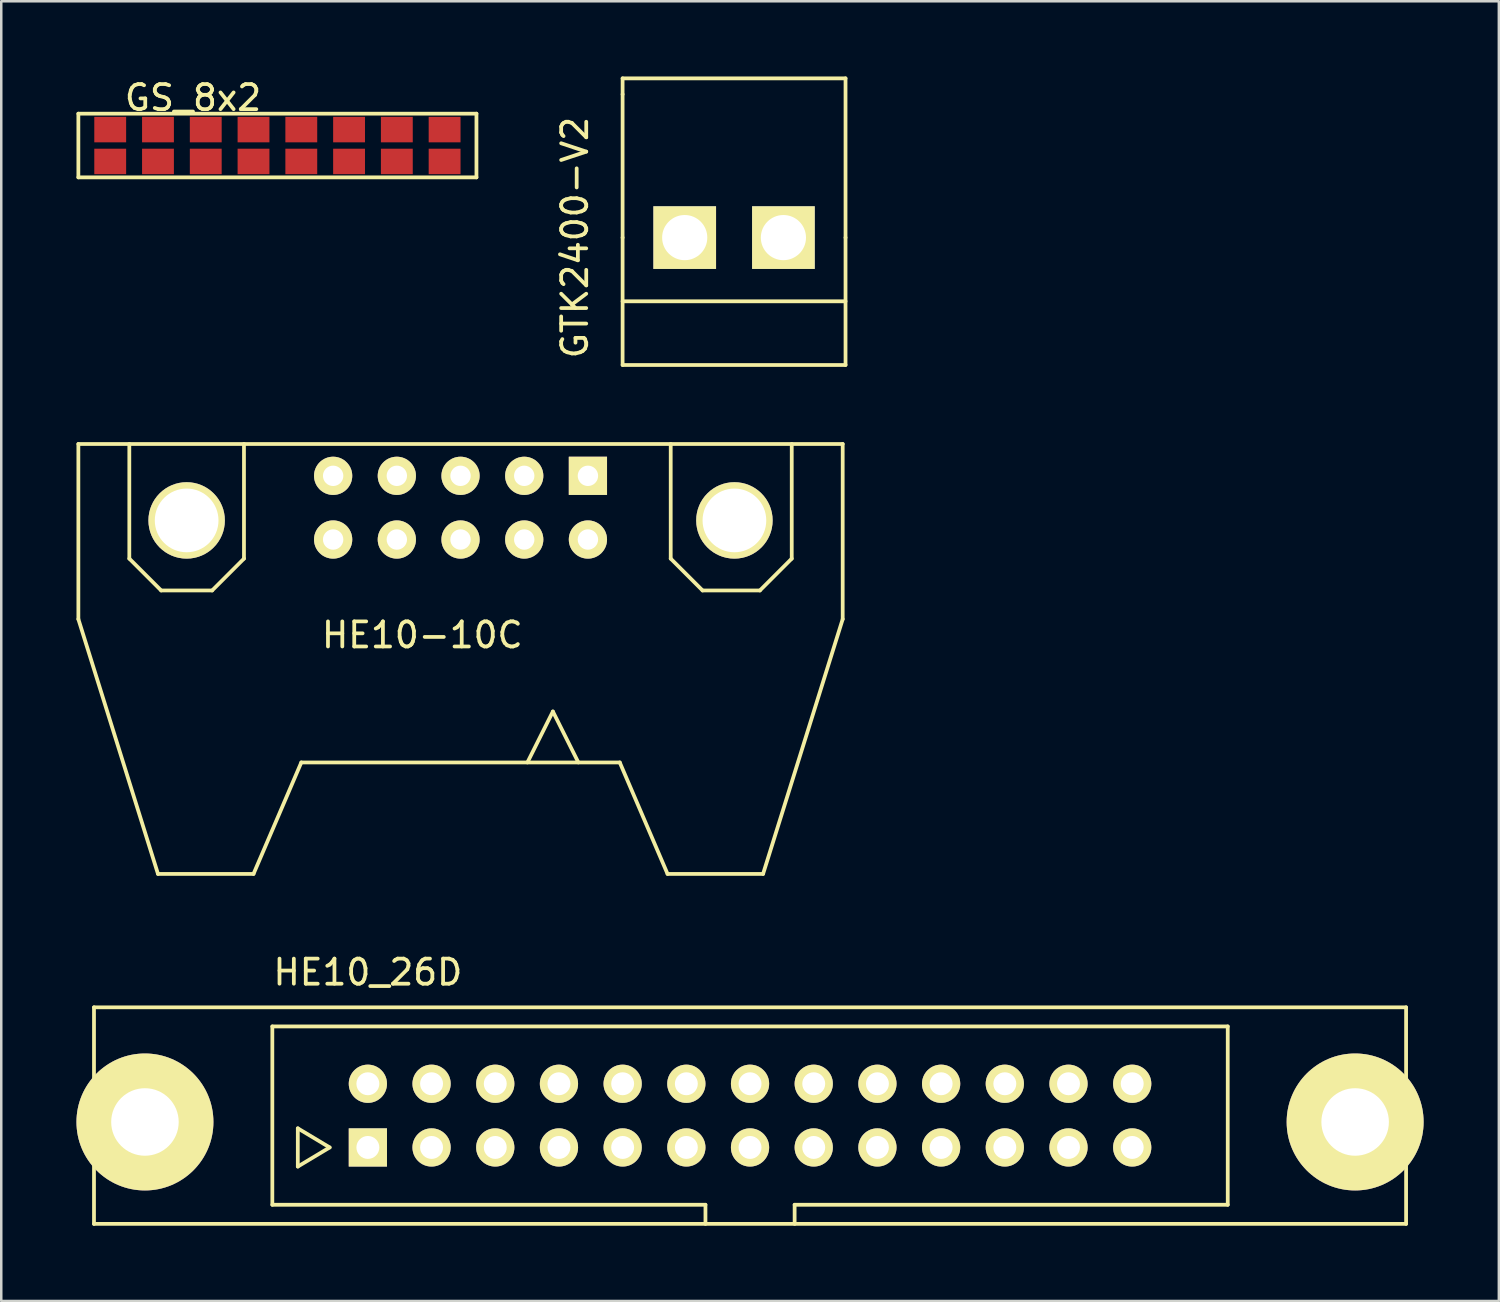
<source format=kicad_pcb>
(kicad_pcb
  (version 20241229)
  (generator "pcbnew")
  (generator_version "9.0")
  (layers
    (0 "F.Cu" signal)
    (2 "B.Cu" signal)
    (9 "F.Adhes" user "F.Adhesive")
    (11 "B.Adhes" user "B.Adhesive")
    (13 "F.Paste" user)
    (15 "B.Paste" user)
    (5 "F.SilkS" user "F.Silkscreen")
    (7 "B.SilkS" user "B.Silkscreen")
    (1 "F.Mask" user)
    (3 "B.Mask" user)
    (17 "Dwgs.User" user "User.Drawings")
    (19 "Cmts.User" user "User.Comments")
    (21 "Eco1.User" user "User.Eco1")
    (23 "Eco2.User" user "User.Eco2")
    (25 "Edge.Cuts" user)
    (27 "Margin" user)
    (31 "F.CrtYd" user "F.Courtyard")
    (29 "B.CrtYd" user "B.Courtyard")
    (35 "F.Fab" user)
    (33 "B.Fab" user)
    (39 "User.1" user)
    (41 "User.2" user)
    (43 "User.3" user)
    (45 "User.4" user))
  (footprint "HE10_26D"
    (layer "F.Cu")
    (at 26.86 41.438)
    (property "Reference" "HE10_26D" (at -15.24 -5.715 0) (layer "F.SilkS") (effects (font (size 1 1) (thickness 0.15))))
    (attr through_hole)
    (fp_line (start -26.162 -4.318) (end -26.162 4.318) (stroke (width 0.15) (type solid)) (layer "F.SilkS"))
    (fp_line (start -26.162 4.318) (end 26.162 4.318) (stroke (width 0.15) (type solid)) (layer "F.SilkS"))
    (fp_line (start -19.05 -3.556) (end 19.05 -3.556) (stroke (width 0.15) (type solid)) (layer "F.SilkS"))
    (fp_line (start -19.05 3.556) (end -19.05 -3.556) (stroke (width 0.15) (type solid)) (layer "F.SilkS"))
    (fp_line (start -18.034 0.508) (end -18.034 2.032) (stroke (width 0.15) (type solid)) (layer "F.SilkS"))
    (fp_line (start -18.034 2.032) (end -16.764 1.27) (stroke (width 0.15) (type solid)) (layer "F.SilkS"))
    (fp_line (start -16.764 1.27) (end -18.034 0.508) (stroke (width 0.15) (type solid)) (layer "F.SilkS"))
    (fp_line (start -1.778 3.556) (end -19.05 3.556) (stroke (width 0.15) (type solid)) (layer "F.SilkS"))
    (fp_line (start -1.778 4.318) (end -1.778 3.556) (stroke (width 0.15) (type solid)) (layer "F.SilkS"))
    (fp_line (start 1.778 3.556) (end 1.778 4.318) (stroke (width 0.15) (type solid)) (layer "F.SilkS"))
    (fp_line (start 19.05 -3.556) (end 19.05 3.556) (stroke (width 0.15) (type solid)) (layer "F.SilkS"))
    (fp_line (start 19.05 3.556) (end 1.778 3.556) (stroke (width 0.15) (type solid)) (layer "F.SilkS"))
    (fp_line (start 26.162 -4.318) (end -26.162 -4.318) (stroke (width 0.15) (type solid)) (layer "F.SilkS"))
    (fp_line (start 26.162 4.318) (end 26.162 -4.318) (stroke (width 0.15) (type solid)) (layer "F.SilkS"))
    (pad "" thru_hole circle (at -24.13 0.254) (size 5.461 5.461) (drill 2.692) (layers "*.Cu" "*.Mask" "F.SilkS"))
    (pad "" thru_hole circle (at 24.13 0.254) (size 5.461 5.461) (drill 2.692) (layers "*.Cu" "*.Mask" "F.SilkS"))
    (pad "1" thru_hole rect (at -15.24 1.27) (size 1.524 1.524) (drill 0.914) (layers "*.Cu" "*.Mask" "F.SilkS"))
    (pad "2" thru_hole circle (at -15.24 -1.27) (size 1.524 1.524) (drill 0.914) (layers "*.Cu" "*.Mask" "F.SilkS"))
    (pad "3" thru_hole circle (at -12.7 1.27) (size 1.524 1.524) (drill 0.914) (layers "*.Cu" "*.Mask" "F.SilkS"))
    (pad "4" thru_hole circle (at -12.7 -1.27) (size 1.524 1.524) (drill 0.914) (layers "*.Cu" "*.Mask" "F.SilkS"))
    (pad "5" thru_hole circle (at -10.16 1.27) (size 1.524 1.524) (drill 0.914) (layers "*.Cu" "*.Mask" "F.SilkS"))
    (pad "6" thru_hole circle (at -10.16 -1.27) (size 1.524 1.524) (drill 0.914) (layers "*.Cu" "*.Mask" "F.SilkS"))
    (pad "7" thru_hole circle (at -7.62 1.27) (size 1.524 1.524) (drill 0.914) (layers "*.Cu" "*.Mask" "F.SilkS"))
    (pad "8" thru_hole circle (at -7.62 -1.27) (size 1.524 1.524) (drill 0.914) (layers "*.Cu" "*.Mask" "F.SilkS"))
    (pad "9" thru_hole circle (at -5.08 1.27) (size 1.524 1.524) (drill 0.914) (layers "*.Cu" "*.Mask" "F.SilkS"))
    (pad "10" thru_hole circle (at -5.08 -1.27) (size 1.524 1.524) (drill 0.914) (layers "*.Cu" "*.Mask" "F.SilkS"))
    (pad "11" thru_hole circle (at -2.54 1.27) (size 1.524 1.524) (drill 0.914) (layers "*.Cu" "*.Mask" "F.SilkS"))
    (pad "12" thru_hole circle (at -2.54 -1.27) (size 1.524 1.524) (drill 0.914) (layers "*.Cu" "*.Mask" "F.SilkS"))
    (pad "13" thru_hole circle (at 0 1.27) (size 1.524 1.524) (drill 0.914) (layers "*.Cu" "*.Mask" "F.SilkS"))
    (pad "14" thru_hole circle (at 0 -1.27) (size 1.524 1.524) (drill 0.914) (layers "*.Cu" "*.Mask" "F.SilkS"))
    (pad "15" thru_hole circle (at 2.54 1.27) (size 1.524 1.524) (drill 0.914) (layers "*.Cu" "*.Mask" "F.SilkS"))
    (pad "16" thru_hole circle (at 2.54 -1.27) (size 1.524 1.524) (drill 0.914) (layers "*.Cu" "*.Mask" "F.SilkS"))
    (pad "17" thru_hole circle (at 5.08 1.27) (size 1.524 1.524) (drill 0.914) (layers "*.Cu" "*.Mask" "F.SilkS"))
    (pad "18" thru_hole circle (at 5.08 -1.27) (size 1.524 1.524) (drill 0.914) (layers "*.Cu" "*.Mask" "F.SilkS"))
    (pad "19" thru_hole circle (at 7.62 1.27) (size 1.524 1.524) (drill 0.914) (layers "*.Cu" "*.Mask" "F.SilkS"))
    (pad "20" thru_hole circle (at 7.62 -1.27) (size 1.524 1.524) (drill 0.914) (layers "*.Cu" "*.Mask" "F.SilkS"))
    (pad "21" thru_hole circle (at 10.16 1.27) (size 1.524 1.524) (drill 0.914) (layers "*.Cu" "*.Mask" "F.SilkS"))
    (pad "22" thru_hole circle (at 10.16 -1.27) (size 1.524 1.524) (drill 0.914) (layers "*.Cu" "*.Mask" "F.SilkS"))
    (pad "23" thru_hole circle (at 12.7 1.27) (size 1.524 1.524) (drill 0.914) (layers "*.Cu" "*.Mask" "F.SilkS"))
    (pad "24" thru_hole circle (at 12.7 -1.27) (size 1.524 1.524) (drill 0.914) (layers "*.Cu" "*.Mask" "F.SilkS"))
    (pad "25" thru_hole circle (at 15.24 1.27) (size 1.524 1.524) (drill 0.914) (layers "*.Cu" "*.Mask" "F.SilkS"))
    (pad "26" thru_hole circle (at 15.24 -1.27) (size 1.524 1.524) (drill 0.914) (layers "*.Cu" "*.Mask" "F.SilkS")))
  (footprint "GS_8x2"
    (layer "F.Cu")
    (at 7.695 2.753)
    (property "Reference" "GS_8x2" (at -3.048 -1.905 0) (layer "F.SilkS") (effects (font (size 1 1) (thickness 0.15))))
    (attr through_hole)
    (fp_line (start -7.62 -1.27) (end 8.255 -1.27) (stroke (width 0.15) (type solid)) (layer "F.SilkS"))
    (fp_line (start -7.62 1.27) (end -7.62 -1.27) (stroke (width 0.15) (type solid)) (layer "F.SilkS"))
    (fp_line (start 8.255 -1.27) (end 8.255 1.27) (stroke (width 0.15) (type solid)) (layer "F.SilkS"))
    (fp_line (start 8.255 1.27) (end -7.62 1.27) (stroke (width 0.15) (type solid)) (layer "F.SilkS"))
    (pad "1" smd rect (at -6.35 0.635) (size 1.27 1.016) (layers "F.Cu" "F.Mask" "F.Paste"))
    (pad "2" smd rect (at -6.35 -0.635) (size 1.27 1.016) (layers "F.Cu" "F.Mask" "F.Paste"))
    (pad "3" smd rect (at -4.445 0.635) (size 1.27 1.016) (layers "F.Cu" "F.Mask" "F.Paste"))
    (pad "4" smd rect (at -4.445 -0.635) (size 1.27 1.016) (layers "F.Cu" "F.Mask" "F.Paste"))
    (pad "5" smd rect (at -2.54 0.635) (size 1.27 1.016) (layers "F.Cu" "F.Mask" "F.Paste"))
    (pad "6" smd rect (at -2.54 -0.635) (size 1.27 1.016) (layers "F.Cu" "F.Mask" "F.Paste"))
    (pad "7" smd rect (at -0.635 0.635) (size 1.27 1.016) (layers "F.Cu" "F.Mask" "F.Paste"))
    (pad "8" smd rect (at -0.635 -0.635) (size 1.27 1.016) (layers "F.Cu" "F.Mask" "F.Paste"))
    (pad "9" smd rect (at 1.27 0.635) (size 1.27 1.016) (layers "F.Cu" "F.Mask" "F.Paste"))
    (pad "10" smd rect (at 1.27 -0.635) (size 1.27 1.016) (layers "F.Cu" "F.Mask" "F.Paste"))
    (pad "11" smd rect (at 3.175 0.635) (size 1.27 1.016) (layers "F.Cu" "F.Mask" "F.Paste"))
    (pad "12" smd rect (at 3.175 -0.635) (size 1.27 1.016) (layers "F.Cu" "F.Mask" "F.Paste"))
    (pad "13" smd rect (at 5.08 0.635) (size 1.27 1.016) (layers "F.Cu" "F.Mask" "F.Paste"))
    (pad "14" smd rect (at 5.08 -0.635) (size 1.27 1.016) (layers "F.Cu" "F.Mask" "F.Paste"))
    (pad "15" smd rect (at 6.985 0.635) (size 1.27 1.016) (layers "F.Cu" "F.Mask" "F.Paste"))
    (pad "16" smd rect (at 6.985 -0.635) (size 1.27 1.016) (layers "F.Cu" "F.Mask" "F.Paste")))
  (footprint "GTK2400-V2"
    (layer "F.Cu")
    (at 26.223 6.425)
    (property "Reference" "GTK2400-V2" (at -6.35 0 90) (layer "F.SilkS") (effects (font (size 1 1) (thickness 0.15))))
    (attr through_hole)
    (fp_line (start -4.445 -6.35) (end 4.445 -6.35) (stroke (width 0.15) (type solid)) (layer "F.SilkS"))
    (fp_line (start -4.445 -5.715) (end -4.445 -6.35) (stroke (width 0.15) (type solid)) (layer "F.SilkS"))
    (fp_line (start -4.445 0) (end -4.445 -5.715) (stroke (width 0.15) (type solid)) (layer "F.SilkS"))
    (fp_line (start -4.445 2.54) (end 4.445 2.54) (stroke (width 0.15) (type solid)) (layer "F.SilkS"))
    (fp_line (start -4.445 5.08) (end -4.445 0) (stroke (width 0.15) (type solid)) (layer "F.SilkS"))
    (fp_line (start 4.445 -6.35) (end 4.445 0) (stroke (width 0.15) (type solid)) (layer "F.SilkS"))
    (fp_line (start 4.445 0) (end 4.445 5.08) (stroke (width 0.15) (type solid)) (layer "F.SilkS"))
    (fp_line (start 4.445 5.08) (end -4.445 5.08) (stroke (width 0.15) (type solid)) (layer "F.SilkS"))
    (pad "1" thru_hole rect (at -1.968 0) (size 2.499 2.499) (drill 1.801) (layers "*.Cu" "*.Mask" "F.SilkS"))
    (pad "2" thru_hole rect (at 1.968 0) (size 2.499 2.499) (drill 1.801) (layers "*.Cu" "*.Mask" "F.SilkS")))
  (footprint "HE10-10C"
    (layer "F.Cu")
    (at 15.315 17.195)
    (property "Reference" "HE10-10C" (at -1.524 5.08 180) (layer "F.SilkS") (effects (font (size 1 1) (thickness 0.15))))
    (attr through_hole)
    (fp_line (start -15.24 -2.54) (end -15.24 4.445) (stroke (width 0.15) (type solid)) (layer "F.SilkS"))
    (fp_line (start -15.24 4.445) (end -12.065 14.605) (stroke (width 0.15) (type solid)) (layer "F.SilkS"))
    (fp_line (start -13.208 2.032) (end -13.208 -2.54) (stroke (width 0.15) (type solid)) (layer "F.SilkS"))
    (fp_line (start -12.065 14.605) (end -8.255 14.605) (stroke (width 0.15) (type solid)) (layer "F.SilkS"))
    (fp_line (start -11.938 3.302) (end -13.208 2.032) (stroke (width 0.15) (type solid)) (layer "F.SilkS"))
    (fp_line (start -9.906 3.302) (end -11.938 3.302) (stroke (width 0.15) (type solid)) (layer "F.SilkS"))
    (fp_line (start -8.636 -2.54) (end -8.636 2.032) (stroke (width 0.15) (type solid)) (layer "F.SilkS"))
    (fp_line (start -8.636 2.032) (end -9.906 3.302) (stroke (width 0.15) (type solid)) (layer "F.SilkS"))
    (fp_line (start -8.255 14.605) (end -6.35 10.16) (stroke (width 0.15) (type solid)) (layer "F.SilkS"))
    (fp_line (start -6.35 10.16) (end 6.35 10.16) (stroke (width 0.15) (type solid)) (layer "F.SilkS"))
    (fp_line (start 3.683 8.128) (end 2.667 10.16) (stroke (width 0.15) (type solid)) (layer "F.SilkS"))
    (fp_line (start 4.699 10.16) (end 3.683 8.128) (stroke (width 0.15) (type solid)) (layer "F.SilkS"))
    (fp_line (start 8.255 14.605) (end 6.35 10.16) (stroke (width 0.15) (type solid)) (layer "F.SilkS"))
    (fp_line (start 8.382 2.032) (end 8.382 -2.54) (stroke (width 0.15) (type solid)) (layer "F.SilkS"))
    (fp_line (start 9.652 3.302) (end 8.382 2.032) (stroke (width 0.15) (type solid)) (layer "F.SilkS"))
    (fp_line (start 11.938 3.302) (end 9.652 3.302) (stroke (width 0.15) (type solid)) (layer "F.SilkS"))
    (fp_line (start 12.065 14.605) (end 8.255 14.605) (stroke (width 0.15) (type solid)) (layer "F.SilkS"))
    (fp_line (start 13.208 -2.54) (end 13.208 2.032) (stroke (width 0.15) (type solid)) (layer "F.SilkS"))
    (fp_line (start 13.208 2.032) (end 11.938 3.302) (stroke (width 0.15) (type solid)) (layer "F.SilkS"))
    (fp_line (start 15.24 -2.54) (end -15.24 -2.54) (stroke (width 0.15) (type solid)) (layer "F.SilkS"))
    (fp_line (start 15.24 -2.54) (end 15.24 4.445) (stroke (width 0.15) (type solid)) (layer "F.SilkS"))
    (fp_line (start 15.24 4.445) (end 12.065 14.605) (stroke (width 0.15) (type solid)) (layer "F.SilkS"))
    (pad "0" thru_hole circle (at -10.922 0.508) (size 3.048 3.048) (drill 2.54) (layers "*.Cu" "*.Mask" "F.SilkS"))
    (pad "0" thru_hole circle (at 10.922 0.508) (size 3.048 3.048) (drill 2.54) (layers "*.Cu" "*.Mask" "F.SilkS"))
    (pad "1" thru_hole rect (at 5.08 -1.27) (size 1.524 1.524) (drill 0.813) (layers "*.Cu" "*.Mask" "F.SilkS"))
    (pad "2" thru_hole circle (at 5.08 1.27) (size 1.524 1.524) (drill 0.813) (layers "*.Cu" "*.Mask" "F.SilkS"))
    (pad "3" thru_hole circle (at 2.54 -1.27) (size 1.524 1.524) (drill 0.813) (layers "*.Cu" "*.Mask" "F.SilkS"))
    (pad "4" thru_hole circle (at 2.54 1.27) (size 1.524 1.524) (drill 0.813) (layers "*.Cu" "*.Mask" "F.SilkS"))
    (pad "5" thru_hole circle (at 0 -1.27) (size 1.524 1.524) (drill 0.813) (layers "*.Cu" "*.Mask" "F.SilkS"))
    (pad "6" thru_hole circle (at 0 1.27) (size 1.524 1.524) (drill 0.813) (layers "*.Cu" "*.Mask" "F.SilkS"))
    (pad "7" thru_hole circle (at -2.54 -1.27) (size 1.524 1.524) (drill 0.813) (layers "*.Cu" "*.Mask" "F.SilkS"))
    (pad "8" thru_hole circle (at -2.54 1.27) (size 1.524 1.524) (drill 0.813) (layers "*.Cu" "*.Mask" "F.SilkS"))
    (pad "9" thru_hole circle (at -5.08 -1.27) (size 1.524 1.524) (drill 0.813) (layers "*.Cu" "*.Mask" "F.SilkS"))
    (pad "10" thru_hole circle (at -5.08 1.27) (size 1.524 1.524) (drill 0.813) (layers "*.Cu" "*.Mask" "F.SilkS")))
  (gr_rect
    (start -3 -3)
    (end 56.721 48.831)
    (stroke (width 0.1) (type default))
    (fill no)
    (layer "Edge.Cuts")))
</source>
